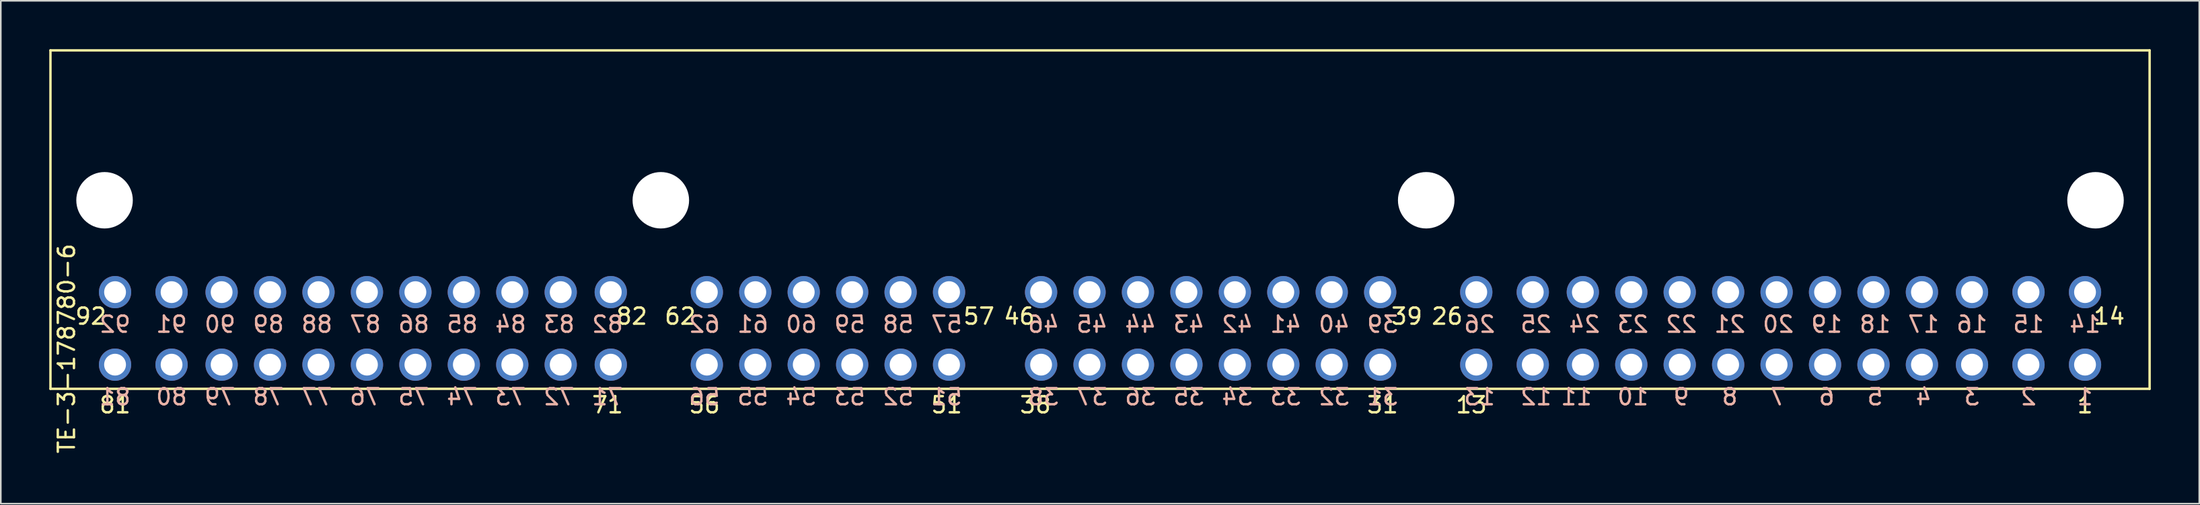
<source format=kicad_pcb>
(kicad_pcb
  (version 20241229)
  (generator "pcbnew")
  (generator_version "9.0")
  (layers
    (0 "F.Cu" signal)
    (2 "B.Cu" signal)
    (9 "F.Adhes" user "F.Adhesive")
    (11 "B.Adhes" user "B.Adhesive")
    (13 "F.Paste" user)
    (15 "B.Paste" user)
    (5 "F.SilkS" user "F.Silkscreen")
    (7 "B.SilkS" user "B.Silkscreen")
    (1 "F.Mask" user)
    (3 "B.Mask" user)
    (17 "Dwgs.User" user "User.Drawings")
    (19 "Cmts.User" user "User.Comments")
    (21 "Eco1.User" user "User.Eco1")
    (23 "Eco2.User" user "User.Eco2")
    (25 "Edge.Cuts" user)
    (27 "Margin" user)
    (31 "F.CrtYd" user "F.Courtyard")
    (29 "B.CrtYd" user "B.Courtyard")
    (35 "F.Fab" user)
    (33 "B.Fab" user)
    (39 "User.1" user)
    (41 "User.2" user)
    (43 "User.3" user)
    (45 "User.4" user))
  (footprint "TE-3-178780-6"
    (layer "F.Cu")
    (at 4.075 15.075)
    (property "Reference" "TE-3-178780-6" (at -3 3.5 90) (layer "F.SilkS") (effects (font (size 1 1) (thickness 0.15))))
    (attr through_hole)
    (fp_line (start -4 -15) (end 126 -15) (stroke (width 0.15) (type solid)) (layer "F.SilkS"))
    (fp_line (start -4 6) (end -4 -15) (stroke (width 0.15) (type solid)) (layer "F.SilkS"))
    (fp_line (start 126 -15) (end 126 6) (stroke (width 0.15) (type solid)) (layer "F.SilkS"))
    (fp_line (start 126 6) (end -4 6) (stroke (width 0.15) (type solid)) (layer "F.SilkS"))
    (fp_text user "56" (at 36.5 7 0) (layer "F.SilkS") (effects (font (size 1 1) (thickness 0.15))))
    (fp_text user "46" (at 56 1.5 0) (layer "F.SilkS") (effects (font (size 1 1) (thickness 0.15))))
    (fp_text user "31" (at 78.5 7 0) (layer "F.SilkS") (effects (font (size 1 1) (thickness 0.15))))
    (fp_text user "51" (at 51.5 7 0) (layer "F.SilkS") (effects (font (size 1 1) (thickness 0.15))))
    (fp_text user "13" (at 84 7 0) (layer "F.SilkS") (effects (font (size 1 1) (thickness 0.15))))
    (fp_text user "71" (at 30.5 7 0) (layer "F.SilkS") (effects (font (size 1 1) (thickness 0.15))))
    (fp_text user "81" (at 0 7 0) (layer "F.SilkS") (effects (font (size 1 1) (thickness 0.15))))
    (fp_text user "1" (at 122 7 0) (layer "F.SilkS") (effects (font (size 1 1) (thickness 0.15))))
    (fp_text user "57" (at 53.5 1.5 0) (layer "F.SilkS") (effects (font (size 1 1) (thickness 0.15))))
    (fp_text user "92" (at -1.5 1.5 0) (layer "F.SilkS") (effects (font (size 1 1) (thickness 0.15))))
    (fp_text user "26" (at 82.5 1.5 0) (layer "F.SilkS") (effects (font (size 1 1) (thickness 0.15))))
    (fp_text user "38" (at 57 7 0) (layer "F.SilkS") (effects (font (size 1 1) (thickness 0.15))))
    (fp_text user "14" (at 123.5 1.5 0) (layer "F.SilkS") (effects (font (size 1 1) (thickness 0.15))))
    (fp_text user "62" (at 35 1.5 0) (layer "F.SilkS") (effects (font (size 1 1) (thickness 0.15))))
    (fp_text user "82" (at 32 1.5 0) (layer "F.SilkS") (effects (font (size 1 1) (thickness 0.15))))
    (fp_text user "39" (at 80 1.5 0) (layer "F.SilkS") (effects (font (size 1 1) (thickness 0.15))))
    (fp_text user "76" (at 15.5 6.5 0) (layer "B.SilkS") (effects (font (size 1 1) (thickness 0.15)) (justify mirror)))
    (fp_text user "34" (at 69.5 6.5 0) (layer "B.SilkS") (effects (font (size 1 1) (thickness 0.15)) (justify mirror)))
    (fp_text user "92" (at 0 2 0) (layer "B.SilkS") (effects (font (size 1 1) (thickness 0.15)) (justify mirror)))
    (fp_text user "91" (at 3.5 2 0) (layer "B.SilkS") (effects (font (size 1 1) (thickness 0.15)) (justify mirror)))
    (fp_text user "72" (at 27.5 6.5 0) (layer "B.SilkS") (effects (font (size 1 1) (thickness 0.15)) (justify mirror)))
    (fp_text user "54" (at 42.5 6.5 0) (layer "B.SilkS") (effects (font (size 1 1) (thickness 0.15)) (justify mirror)))
    (fp_text user "23" (at 94 2 0) (layer "B.SilkS") (effects (font (size 1 1) (thickness 0.15)) (justify mirror)))
    (fp_text user "1" (at 122 6.5 0) (layer "B.SilkS") (effects (font (size 1 1) (thickness 0.15)) (justify mirror)))
    (fp_text user "86" (at 18.5 2 0) (layer "B.SilkS") (effects (font (size 1 1) (thickness 0.15)) (justify mirror)))
    (fp_text user "2" (at 118.5 6.5 0) (layer "B.SilkS") (effects (font (size 1 1) (thickness 0.15)) (justify mirror)))
    (fp_text user "7" (at 103 6.5 0) (layer "B.SilkS") (effects (font (size 1 1) (thickness 0.15)) (justify mirror)))
    (fp_text user "79" (at 6.5 6.5 0) (layer "B.SilkS") (effects (font (size 1 1) (thickness 0.15)) (justify mirror)))
    (fp_text user "5" (at 109 6.5 0) (layer "B.SilkS") (effects (font (size 1 1) (thickness 0.15)) (justify mirror)))
    (fp_text user "84" (at 24.5 2 0) (layer "B.SilkS") (effects (font (size 1 1) (thickness 0.15)) (justify mirror)))
    (fp_text user "57" (at 51.5 2 0) (layer "B.SilkS") (effects (font (size 1 1) (thickness 0.15)) (justify mirror)))
    (fp_text user "59" (at 45.5 2 0) (layer "B.SilkS") (effects (font (size 1 1) (thickness 0.15)) (justify mirror)))
    (fp_text user "16" (at 115 2 0) (layer "B.SilkS") (effects (font (size 1 1) (thickness 0.15)) (justify mirror)))
    (fp_text user "20" (at 103 2 0) (layer "B.SilkS") (effects (font (size 1 1) (thickness 0.15)) (justify mirror)))
    (fp_text user "62" (at 36.5 2 0) (layer "B.SilkS") (effects (font (size 1 1) (thickness 0.15)) (justify mirror)))
    (fp_text user "88" (at 12.5 2 0) (layer "B.SilkS") (effects (font (size 1 1) (thickness 0.15)) (justify mirror)))
    (fp_text user "44" (at 63.5 2 0) (layer "B.SilkS") (effects (font (size 1 1) (thickness 0.15)) (justify mirror)))
    (fp_text user "89" (at 9.5 2 0) (layer "B.SilkS") (effects (font (size 1 1) (thickness 0.15)) (justify mirror)))
    (fp_text user "73" (at 24.5 6.5 0) (layer "B.SilkS") (effects (font (size 1 1) (thickness 0.15)) (justify mirror)))
    (fp_text user "52" (at 48.5 6.5 0) (layer "B.SilkS") (effects (font (size 1 1) (thickness 0.15)) (justify mirror)))
    (fp_text user "13" (at 84.5 6.5 0) (layer "B.SilkS") (effects (font (size 1 1) (thickness 0.15)) (justify mirror)))
    (fp_text user "24" (at 91 2 0) (layer "B.SilkS") (effects (font (size 1 1) (thickness 0.15)) (justify mirror)))
    (fp_text user "87" (at 15.5 2 0) (layer "B.SilkS") (effects (font (size 1 1) (thickness 0.15)) (justify mirror)))
    (fp_text user "56" (at 36.5 6.5 0) (layer "B.SilkS") (effects (font (size 1 1) (thickness 0.15)) (justify mirror)))
    (fp_text user "26" (at 84.5 2 0) (layer "B.SilkS") (effects (font (size 1 1) (thickness 0.15)) (justify mirror)))
    (fp_text user "71" (at 30.5 6.5 0) (layer "B.SilkS") (effects (font (size 1 1) (thickness 0.15)) (justify mirror)))
    (fp_text user "80" (at 3.5 6.5 0) (layer "B.SilkS") (effects (font (size 1 1) (thickness 0.15)) (justify mirror)))
    (fp_text user "75" (at 18.5 6.5 0) (layer "B.SilkS") (effects (font (size 1 1) (thickness 0.15)) (justify mirror)))
    (fp_text user "17" (at 112 2 0) (layer "B.SilkS") (effects (font (size 1 1) (thickness 0.15)) (justify mirror)))
    (fp_text user "83" (at 27.5 2 0) (layer "B.SilkS") (effects (font (size 1 1) (thickness 0.15)) (justify mirror)))
    (fp_text user "11" (at 90.5 6.5 0) (layer "B.SilkS") (effects (font (size 1 1) (thickness 0.15)) (justify mirror)))
    (fp_text user "9" (at 97 6.5 0) (layer "B.SilkS") (effects (font (size 1 1) (thickness 0.15)) (justify mirror)))
    (fp_text user "33" (at 72.5 6.5 0) (layer "B.SilkS") (effects (font (size 1 1) (thickness 0.15)) (justify mirror)))
    (fp_text user "43" (at 66.5 2 0) (layer "B.SilkS") (effects (font (size 1 1) (thickness 0.15)) (justify mirror)))
    (fp_text user "53" (at 45.5 6.5 0) (layer "B.SilkS") (effects (font (size 1 1) (thickness 0.15)) (justify mirror)))
    (fp_text user "61" (at 39.5 2 0) (layer "B.SilkS") (effects (font (size 1 1) (thickness 0.15)) (justify mirror)))
    (fp_text user "32" (at 75.5 6.5 0) (layer "B.SilkS") (effects (font (size 1 1) (thickness 0.15)) (justify mirror)))
    (fp_text user "60" (at 42.5 2 0) (layer "B.SilkS") (effects (font (size 1 1) (thickness 0.15)) (justify mirror)))
    (fp_text user "81" (at 0 6.5 0) (layer "B.SilkS") (effects (font (size 1 1) (thickness 0.15)) (justify mirror)))
    (fp_text user "82" (at 30.5 2 0) (layer "B.SilkS") (effects (font (size 1 1) (thickness 0.15)) (justify mirror)))
    (fp_text user "74" (at 21.5 6.5 0) (layer "B.SilkS") (effects (font (size 1 1) (thickness 0.15)) (justify mirror)))
    (fp_text user "40" (at 75.5 2 0) (layer "B.SilkS") (effects (font (size 1 1) (thickness 0.15)) (justify mirror)))
    (fp_text user "45" (at 60.5 2 0) (layer "B.SilkS") (effects (font (size 1 1) (thickness 0.15)) (justify mirror)))
    (fp_text user "3" (at 115 6.5 0) (layer "B.SilkS") (effects (font (size 1 1) (thickness 0.15)) (justify mirror)))
    (fp_text user "25" (at 88 2 0) (layer "B.SilkS") (effects (font (size 1 1) (thickness 0.15)) (justify mirror)))
    (fp_text user "39" (at 78.5 2 0) (layer "B.SilkS") (effects (font (size 1 1) (thickness 0.15)) (justify mirror)))
    (fp_text user "8" (at 100 6.5 0) (layer "B.SilkS") (effects (font (size 1 1) (thickness 0.15)) (justify mirror)))
    (fp_text user "18" (at 109 2 0) (layer "B.SilkS") (effects (font (size 1 1) (thickness 0.15)) (justify mirror)))
    (fp_text user "22" (at 97 2 0) (layer "B.SilkS") (effects (font (size 1 1) (thickness 0.15)) (justify mirror)))
    (fp_text user "77" (at 12.5 6.5 0) (layer "B.SilkS") (effects (font (size 1 1) (thickness 0.15)) (justify mirror)))
    (fp_text user "58" (at 48.5 2 0) (layer "B.SilkS") (effects (font (size 1 1) (thickness 0.15)) (justify mirror)))
    (fp_text user "35" (at 66.5 6.5 0) (layer "B.SilkS") (effects (font (size 1 1) (thickness 0.15)) (justify mirror)))
    (fp_text user "12" (at 88 6.5 0) (layer "B.SilkS") (effects (font (size 1 1) (thickness 0.15)) (justify mirror)))
    (fp_text user "78" (at 9.5 6.5 0) (layer "B.SilkS") (effects (font (size 1 1) (thickness 0.15)) (justify mirror)))
    (fp_text user "14" (at 122 2 0) (layer "B.SilkS") (effects (font (size 1 1) (thickness 0.15)) (justify mirror)))
    (fp_text user "6" (at 106 6.5 0) (layer "B.SilkS") (effects (font (size 1 1) (thickness 0.15)) (justify mirror)))
    (fp_text user "37" (at 60.5 6.5 0) (layer "B.SilkS") (effects (font (size 1 1) (thickness 0.15)) (justify mirror)))
    (fp_text user "31" (at 78.5 6.5 0) (layer "B.SilkS") (effects (font (size 1 1) (thickness 0.15)) (justify mirror)))
    (fp_text user "36" (at 63.5 6.5 0) (layer "B.SilkS") (effects (font (size 1 1) (thickness 0.15)) (justify mirror)))
    (fp_text user "38" (at 57.5 6.5 0) (layer "B.SilkS") (effects (font (size 1 1) (thickness 0.15)) (justify mirror)))
    (fp_text user "90" (at 6.5 2 0) (layer "B.SilkS") (effects (font (size 1 1) (thickness 0.15)) (justify mirror)))
    (fp_text user "46" (at 57.5 2 0) (layer "B.SilkS") (effects (font (size 1 1) (thickness 0.15)) (justify mirror)))
    (fp_text user "4" (at 112 6.5 0) (layer "B.SilkS") (effects (font (size 1 1) (thickness 0.15)) (justify mirror)))
    (fp_text user "15" (at 118.5 2 0) (layer "B.SilkS") (effects (font (size 1 1) (thickness 0.15)) (justify mirror)))
    (fp_text user "85" (at 21.5 2 0) (layer "B.SilkS") (effects (font (size 1 1) (thickness 0.15)) (justify mirror)))
    (fp_text user "19" (at 106 2 0) (layer "B.SilkS") (effects (font (size 1 1) (thickness 0.15)) (justify mirror)))
    (fp_text user "41" (at 72.5 2 0) (layer "B.SilkS") (effects (font (size 1 1) (thickness 0.15)) (justify mirror)))
    (fp_text user "51" (at 51.5 6.5 0) (layer "B.SilkS") (effects (font (size 1 1) (thickness 0.15)) (justify mirror)))
    (fp_text user "55" (at 39.5 6.5 0) (layer "B.SilkS") (effects (font (size 1 1) (thickness 0.15)) (justify mirror)))
    (fp_text user "21" (at 100 2 0) (layer "B.SilkS") (effects (font (size 1 1) (thickness 0.15)) (justify mirror)))
    (fp_text user "42" (at 69.5 2 0) (layer "B.SilkS") (effects (font (size 1 1) (thickness 0.15)) (justify mirror)))
    (fp_text user "10" (at 94 6.5 0) (layer "B.SilkS") (effects (font (size 1 1) (thickness 0.15)) (justify mirror)))
    (pad "" np_thru_hole circle (at -0.65 -5.7) (size 3.5 3.5) (drill 3.5) (layers "*.Cu" "*.Mask"))
    (pad "" np_thru_hole circle (at 33.8 -5.7) (size 3.5 3.5) (drill 3.5) (layers "*.Cu" "*.Mask"))
    (pad "" np_thru_hole circle (at 81.2 -5.7) (size 3.5 3.5) (drill 3.5) (layers "*.Cu" "*.Mask"))
    (pad "" np_thru_hole circle (at 122.65 -5.7) (size 3.5 3.5) (drill 3.5) (layers "*.Cu" "*.Mask"))
    (pad "1" thru_hole circle (at 122 4.5) (size 2 2) (drill 1.35) (layers "*.Cu" "*.Mask"))
    (pad "2" thru_hole circle (at 118.5 4.5) (size 2 2) (drill 1.35) (layers "*.Cu" "*.Mask"))
    (pad "3" thru_hole circle (at 115 4.5) (size 2 2) (drill 1.35) (layers "*.Cu" "*.Mask"))
    (pad "4" thru_hole circle (at 111.9 4.5) (size 2 2) (drill 1.35) (layers "*.Cu" "*.Mask"))
    (pad "5" thru_hole circle (at 108.9 4.5) (size 2 2) (drill 1.35) (layers "*.Cu" "*.Mask"))
    (pad "6" thru_hole circle (at 105.9 4.5) (size 2 2) (drill 1.35) (layers "*.Cu" "*.Mask"))
    (pad "7" thru_hole circle (at 102.9 4.5) (size 2 2) (drill 1.35) (layers "*.Cu" "*.Mask"))
    (pad "8" thru_hole circle (at 99.9 4.5) (size 2 2) (drill 1.35) (layers "*.Cu" "*.Mask"))
    (pad "9" thru_hole circle (at 96.9 4.5) (size 2 2) (drill 1.35) (layers "*.Cu" "*.Mask"))
    (pad "10" thru_hole circle (at 93.9 4.5) (size 2 2) (drill 1.35) (layers "*.Cu" "*.Mask"))
    (pad "11" thru_hole circle (at 90.9 4.5) (size 2 2) (drill 1.35) (layers "*.Cu" "*.Mask"))
    (pad "12" thru_hole circle (at 87.8 4.5) (size 2 2) (drill 1.35) (layers "*.Cu" "*.Mask"))
    (pad "13" thru_hole circle (at 84.3 4.5) (size 2 2) (drill 1.35) (layers "*.Cu" "*.Mask"))
    (pad "14" thru_hole circle (at 122 0) (size 2 2) (drill 1.35) (layers "*.Cu" "*.Mask"))
    (pad "15" thru_hole circle (at 118.5 0) (size 2 2) (drill 1.35) (layers "*.Cu" "*.Mask"))
    (pad "16" thru_hole circle (at 115 0) (size 2 2) (drill 1.35) (layers "*.Cu" "*.Mask"))
    (pad "17" thru_hole circle (at 111.9 0) (size 2 2) (drill 1.35) (layers "*.Cu" "*.Mask"))
    (pad "18" thru_hole circle (at 108.9 0) (size 2 2) (drill 1.35) (layers "*.Cu" "*.Mask"))
    (pad "19" thru_hole circle (at 105.9 0) (size 2 2) (drill 1.35) (layers "*.Cu" "*.Mask"))
    (pad "20" thru_hole circle (at 102.9 0) (size 2 2) (drill 1.35) (layers "*.Cu" "*.Mask"))
    (pad "21" thru_hole circle (at 99.9 0) (size 2 2) (drill 1.35) (layers "*.Cu" "*.Mask"))
    (pad "22" thru_hole circle (at 96.9 0) (size 2 2) (drill 1.35) (layers "*.Cu" "*.Mask"))
    (pad "23" thru_hole circle (at 93.9 0) (size 2 2) (drill 1.35) (layers "*.Cu" "*.Mask"))
    (pad "24" thru_hole circle (at 90.9 0) (size 2 2) (drill 1.35) (layers "*.Cu" "*.Mask"))
    (pad "25" thru_hole circle (at 87.8 0) (size 2 2) (drill 1.35) (layers "*.Cu" "*.Mask"))
    (pad "26" thru_hole circle (at 84.3 0) (size 2 2) (drill 1.35) (layers "*.Cu" "*.Mask"))
    (pad "31" thru_hole circle (at 78.35 4.5) (size 2 2) (drill 1.35) (layers "*.Cu" "*.Mask"))
    (pad "32" thru_hole circle (at 75.35 4.5) (size 2 2) (drill 1.35) (layers "*.Cu" "*.Mask"))
    (pad "33" thru_hole circle (at 72.35 4.5) (size 2 2) (drill 1.35) (layers "*.Cu" "*.Mask"))
    (pad "34" thru_hole circle (at 69.35 4.5) (size 2 2) (drill 1.35) (layers "*.Cu" "*.Mask"))
    (pad "35" thru_hole circle (at 66.35 4.5) (size 2 2) (drill 1.35) (layers "*.Cu" "*.Mask"))
    (pad "36" thru_hole circle (at 63.35 4.5) (size 2 2) (drill 1.35) (layers "*.Cu" "*.Mask"))
    (pad "37" thru_hole circle (at 60.35 4.5) (size 2 2) (drill 1.35) (layers "*.Cu" "*.Mask"))
    (pad "38" thru_hole circle (at 57.35 4.5) (size 2 2) (drill 1.35) (layers "*.Cu" "*.Mask"))
    (pad "39" thru_hole circle (at 78.35 0) (size 2 2) (drill 1.35) (layers "*.Cu" "*.Mask"))
    (pad "40" thru_hole circle (at 75.35 0) (size 2 2) (drill 1.35) (layers "*.Cu" "*.Mask"))
    (pad "41" thru_hole circle (at 72.35 0) (size 2 2) (drill 1.35) (layers "*.Cu" "*.Mask"))
    (pad "42" thru_hole circle (at 69.35 0) (size 2 2) (drill 1.35) (layers "*.Cu" "*.Mask"))
    (pad "43" thru_hole circle (at 66.35 0) (size 2 2) (drill 1.35) (layers "*.Cu" "*.Mask"))
    (pad "44" thru_hole circle (at 63.35 0) (size 2 2) (drill 1.35) (layers "*.Cu" "*.Mask"))
    (pad "45" thru_hole circle (at 60.35 0) (size 2 2) (drill 1.35) (layers "*.Cu" "*.Mask"))
    (pad "46" thru_hole circle (at 57.35 0) (size 2 2) (drill 1.35) (layers "*.Cu" "*.Mask"))
    (pad "51" thru_hole circle (at 51.65 4.5) (size 2 2) (drill 1.35) (layers "*.Cu" "*.Mask"))
    (pad "52" thru_hole circle (at 48.65 4.5) (size 2 2) (drill 1.35) (layers "*.Cu" "*.Mask"))
    (pad "53" thru_hole circle (at 45.65 4.5) (size 2 2) (drill 1.35) (layers "*.Cu" "*.Mask"))
    (pad "54" thru_hole circle (at 42.65 4.5) (size 2 2) (drill 1.35) (layers "*.Cu" "*.Mask"))
    (pad "55" thru_hole circle (at 39.65 4.5) (size 2 2) (drill 1.35) (layers "*.Cu" "*.Mask"))
    (pad "56" thru_hole circle (at 36.65 4.5) (size 2 2) (drill 1.35) (layers "*.Cu" "*.Mask"))
    (pad "57" thru_hole circle (at 51.65 0) (size 2 2) (drill 1.35) (layers "*.Cu" "*.Mask"))
    (pad "58" thru_hole circle (at 48.65 0) (size 2 2) (drill 1.35) (layers "*.Cu" "*.Mask"))
    (pad "59" thru_hole circle (at 45.65 0) (size 2 2) (drill 1.35) (layers "*.Cu" "*.Mask"))
    (pad "60" thru_hole circle (at 42.65 0) (size 2 2) (drill 1.35) (layers "*.Cu" "*.Mask"))
    (pad "61" thru_hole circle (at 39.65 0) (size 2 2) (drill 1.35) (layers "*.Cu" "*.Mask"))
    (pad "62" thru_hole circle (at 36.65 0) (size 2 2) (drill 1.35) (layers "*.Cu" "*.Mask"))
    (pad "71" thru_hole circle (at 30.7 4.5) (size 2 2) (drill 1.35) (layers "*.Cu" "*.Mask"))
    (pad "72" thru_hole circle (at 27.6 4.5) (size 2 2) (drill 1.35) (layers "*.Cu" "*.Mask"))
    (pad "73" thru_hole circle (at 24.6 4.5) (size 2 2) (drill 1.35) (layers "*.Cu" "*.Mask"))
    (pad "74" thru_hole circle (at 21.6 4.5) (size 2 2) (drill 1.35) (layers "*.Cu" "*.Mask"))
    (pad "75" thru_hole circle (at 18.6 4.5) (size 2 2) (drill 1.35) (layers "*.Cu" "*.Mask"))
    (pad "76" thru_hole circle (at 15.6 4.5) (size 2 2) (drill 1.35) (layers "*.Cu" "*.Mask"))
    (pad "77" thru_hole circle (at 12.6 4.5) (size 2 2) (drill 1.35) (layers "*.Cu" "*.Mask"))
    (pad "78" thru_hole circle (at 9.6 4.5) (size 2 2) (drill 1.35) (layers "*.Cu" "*.Mask"))
    (pad "79" thru_hole circle (at 6.6 4.5) (size 2 2) (drill 1.35) (layers "*.Cu" "*.Mask"))
    (pad "80" thru_hole circle (at 3.5 4.5) (size 2 2) (drill 1.35) (layers "*.Cu" "*.Mask"))
    (pad "81" thru_hole circle (at 0 4.5) (size 2 2) (drill 1.35) (layers "*.Cu" "*.Mask"))
    (pad "82" thru_hole circle (at 30.7 0) (size 2 2) (drill 1.35) (layers "*.Cu" "*.Mask"))
    (pad "83" thru_hole circle (at 27.6 0) (size 2 2) (drill 1.35) (layers "*.Cu" "*.Mask"))
    (pad "84" thru_hole circle (at 24.6 0) (size 2 2) (drill 1.35) (layers "*.Cu" "*.Mask"))
    (pad "85" thru_hole circle (at 21.6 0) (size 2 2) (drill 1.35) (layers "*.Cu" "*.Mask"))
    (pad "86" thru_hole circle (at 18.6 0) (size 2 2) (drill 1.35) (layers "*.Cu" "*.Mask"))
    (pad "87" thru_hole circle (at 15.6 0) (size 2 2) (drill 1.35) (layers "*.Cu" "*.Mask"))
    (pad "88" thru_hole circle (at 12.6 0) (size 2 2) (drill 1.35) (layers "*.Cu" "*.Mask"))
    (pad "89" thru_hole circle (at 9.6 0) (size 2 2) (drill 1.35) (layers "*.Cu" "*.Mask"))
    (pad "90" thru_hole circle (at 6.6 0) (size 2 2) (drill 1.35) (layers "*.Cu" "*.Mask"))
    (pad "91" thru_hole circle (at 3.5 0) (size 2 2) (drill 1.35) (layers "*.Cu" "*.Mask"))
    (pad "92" thru_hole circle (at 0 0) (size 2 2) (drill 1.35) (layers "*.Cu" "*.Mask")))
  (gr_rect
    (start -3 -3)
    (end 133.15 28.2)
    (stroke (width 0.1) (type default))
    (fill no)
    (layer "Edge.Cuts")))
</source>
